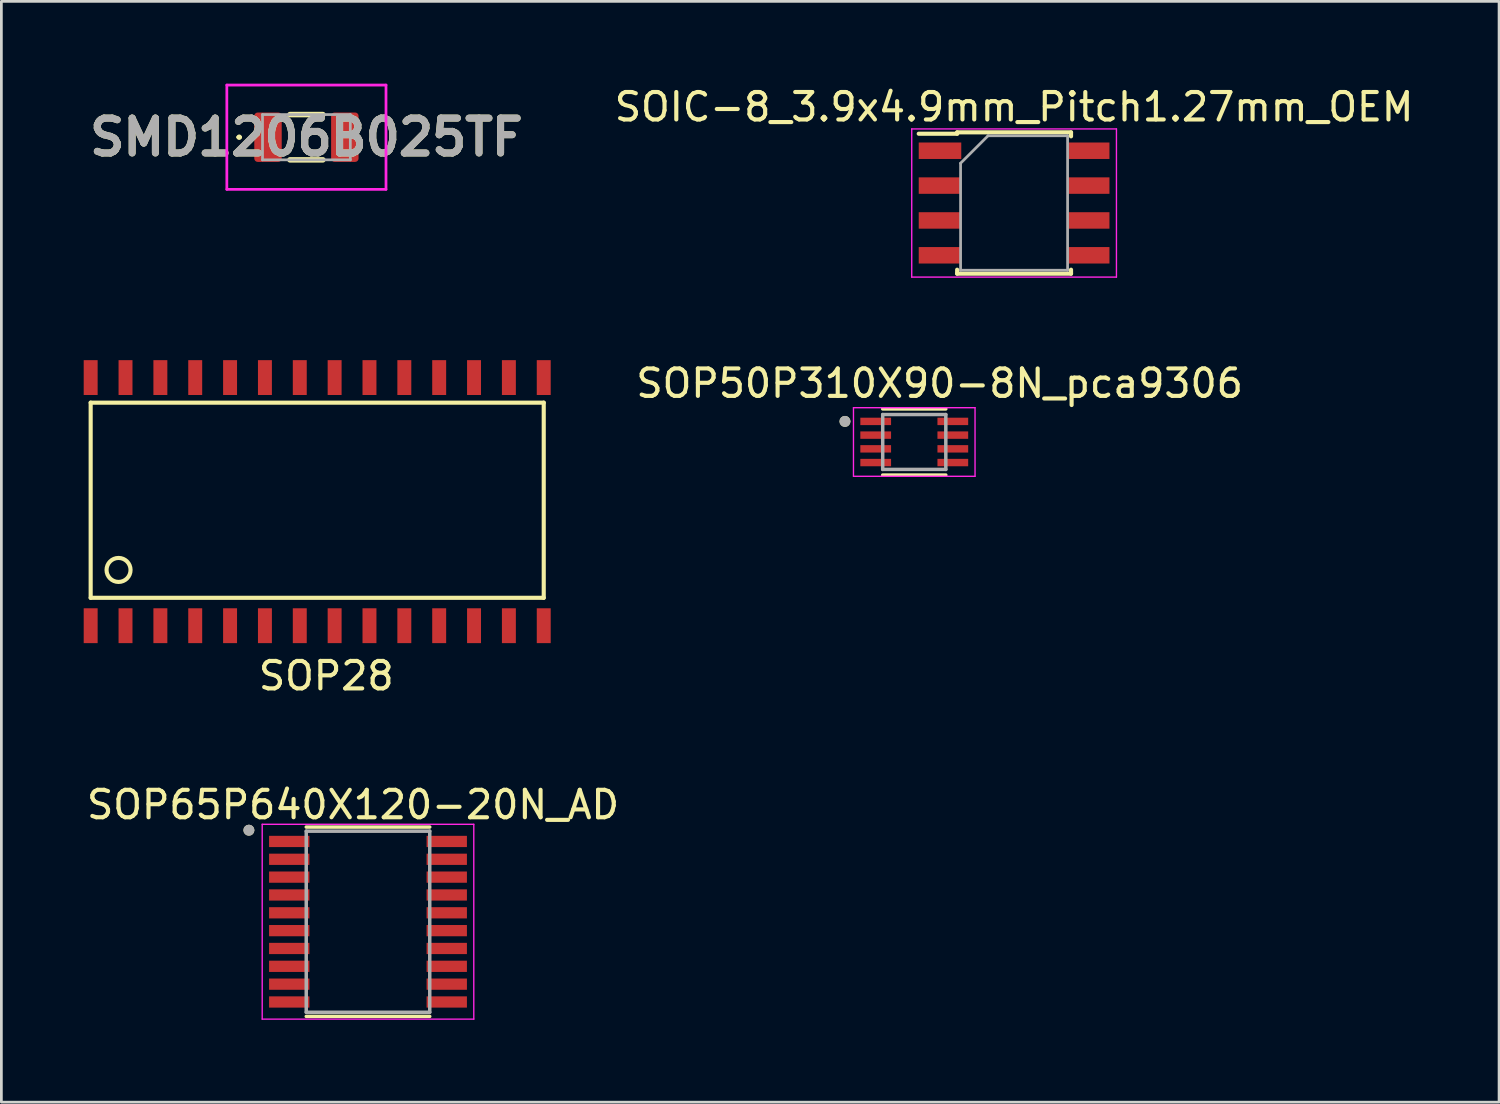
<source format=kicad_pcb>
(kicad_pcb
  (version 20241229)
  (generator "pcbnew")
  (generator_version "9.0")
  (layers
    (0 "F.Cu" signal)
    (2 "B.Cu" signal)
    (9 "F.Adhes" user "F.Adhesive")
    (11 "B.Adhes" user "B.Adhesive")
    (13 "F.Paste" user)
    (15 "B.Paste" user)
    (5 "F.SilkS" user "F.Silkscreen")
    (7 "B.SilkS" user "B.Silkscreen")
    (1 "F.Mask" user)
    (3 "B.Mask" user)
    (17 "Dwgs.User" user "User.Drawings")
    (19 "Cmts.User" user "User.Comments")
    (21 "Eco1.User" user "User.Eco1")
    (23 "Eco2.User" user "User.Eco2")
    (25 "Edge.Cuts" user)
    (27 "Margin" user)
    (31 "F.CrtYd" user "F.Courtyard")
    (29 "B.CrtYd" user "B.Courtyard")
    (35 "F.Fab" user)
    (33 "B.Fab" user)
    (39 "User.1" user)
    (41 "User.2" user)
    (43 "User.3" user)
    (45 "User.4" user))
  (footprint "SOP50P310X90-8N_pca9306"
    (layer "F.Cu")
    (at 30.266 13.056)
    (property "Reference" "SOP50P310X90-8N_pca9306" (at 0.925 -2.135 0) (layer "F.SilkS") (effects (font (size 1 1) (thickness 0.15))))
    (attr through_hole)
    (fp_line (start -1.15 -1.205) (end 1.15 -1.205) (stroke (width 0.127) (type solid)) (layer "F.SilkS"))
    (fp_line (start -1.15 1.205) (end 1.15 1.205) (stroke (width 0.127) (type solid)) (layer "F.SilkS"))
    (fp_circle (center -2.525 -0.75) (end -2.425 -0.75) (stroke (width 0.2) (type solid)) (fill no) (layer "F.SilkS"))
    (fp_line (start -2.215 -1.25) (end -2.215 1.25) (stroke (width 0.05) (type solid)) (layer "F.CrtYd"))
    (fp_line (start -2.215 -1.25) (end 2.215 -1.25) (stroke (width 0.05) (type solid)) (layer "F.CrtYd"))
    (fp_line (start -2.215 1.25) (end 2.215 1.25) (stroke (width 0.05) (type solid)) (layer "F.CrtYd"))
    (fp_line (start 2.215 -1.25) (end 2.215 1.25) (stroke (width 0.05) (type solid)) (layer "F.CrtYd"))
    (fp_line (start -1.15 -1) (end -1.15 1) (stroke (width 0.127) (type solid)) (layer "F.Fab"))
    (fp_line (start -1.15 -1) (end 1.15 -1) (stroke (width 0.127) (type solid)) (layer "F.Fab"))
    (fp_line (start -1.15 1) (end 1.15 1) (stroke (width 0.127) (type solid)) (layer "F.Fab"))
    (fp_line (start 1.15 -1) (end 1.15 1) (stroke (width 0.127) (type solid)) (layer "F.Fab"))
    (fp_circle (center -2.525 -0.75) (end -2.425 -0.75) (stroke (width 0.2) (type solid)) (fill no) (layer "F.Fab"))
    (pad "1" smd rect (at -1.405 -0.75) (size 1.12 0.27) (layers "F.Cu" "F.Mask" "F.Paste"))
    (pad "2" smd rect (at -1.405 -0.25) (size 1.12 0.27) (layers "F.Cu" "F.Mask" "F.Paste"))
    (pad "3" smd rect (at -1.405 0.25) (size 1.12 0.27) (layers "F.Cu" "F.Mask" "F.Paste"))
    (pad "4" smd rect (at -1.405 0.75) (size 1.12 0.27) (layers "F.Cu" "F.Mask" "F.Paste"))
    (pad "5" smd rect (at 1.405 0.75) (size 1.12 0.27) (layers "F.Cu" "F.Mask" "F.Paste"))
    (pad "6" smd rect (at 1.405 0.25) (size 1.12 0.27) (layers "F.Cu" "F.Mask" "F.Paste"))
    (pad "7" smd rect (at 1.405 -0.25) (size 1.12 0.27) (layers "F.Cu" "F.Mask" "F.Paste"))
    (pad "8" smd rect (at 1.405 -0.75) (size 1.12 0.27) (layers "F.Cu" "F.Mask" "F.Paste")))
  (footprint "SMD1206B025TF"
    (layer "F.Cu")
    (at 8.116 1.95)
    (property "Reference" "SMD1206B025TF" (at 0 0 0) (layer "F.SilkS") (effects (font (size 1.27 1.27) (thickness 0.254))))
    (attr smd)
    (fp_line (start -2.5 0) (end -2.5 0) (stroke (width 0.1) (type solid)) (layer "F.SilkS"))
    (fp_line (start -2.4 0) (end -2.4 0) (stroke (width 0.1) (type solid)) (layer "F.SilkS"))
    (fp_line (start -0.6 -0.825) (end 0.6 -0.825) (stroke (width 0.2) (type solid)) (layer "F.SilkS"))
    (fp_line (start -0.6 0.825) (end 0.6 0.825) (stroke (width 0.2) (type solid)) (layer "F.SilkS"))
    (fp_arc (start -2.5 0) (mid -2.45 -0.05) (end -2.4 0) (stroke (width 0.1) (type solid)) (layer "F.SilkS"))
    (fp_arc (start -2.4 0) (mid -2.45 0.05) (end -2.5 0) (stroke (width 0.1) (type solid)) (layer "F.SilkS"))
    (fp_line (start -2.9 -1.9) (end 2.9 -1.9) (stroke (width 0.1) (type solid)) (layer "F.CrtYd"))
    (fp_line (start -2.9 1.9) (end -2.9 -1.9) (stroke (width 0.1) (type solid)) (layer "F.CrtYd"))
    (fp_line (start 2.9 -1.9) (end 2.9 1.9) (stroke (width 0.1) (type solid)) (layer "F.CrtYd"))
    (fp_line (start 2.9 1.9) (end -2.9 1.9) (stroke (width 0.1) (type solid)) (layer "F.CrtYd"))
    (fp_line (start -1.6 -0.825) (end -1.6 0.825) (stroke (width 0.1) (type solid)) (layer "F.Fab"))
    (fp_line (start -1.6 0.825) (end 1.6 0.825) (stroke (width 0.1) (type solid)) (layer "F.Fab"))
    (fp_line (start 1.6 -0.825) (end -1.6 -0.825) (stroke (width 0.1) (type solid)) (layer "F.Fab"))
    (fp_line (start 1.6 0.825) (end 1.6 -0.825) (stroke (width 0.1) (type solid)) (layer "F.Fab"))
    (fp_text user "${REFERENCE}" (at 0 0 0) (layer "F.Fab") (effects (font (size 1.27 1.27) (thickness 0.254))))
    (pad "1" smd roundrect (at -1.4 0) (size 1 1.8) (layers "F.Cu" "F.Mask" "F.Paste") (roundrect_rratio 0.125))
    (pad "2" smd roundrect (at 1.4 0) (size 1 1.8) (layers "F.Cu" "F.Mask" "F.Paste") (roundrect_rratio 0.125)))
  (footprint "SOP28"
    (layer "F.Cu")
    (at 0.254 19.751)
    (property "Reference" "SOP28" (at 8.585 1.829 0) (layer "F.SilkS") (effects (font (size 1 1) (thickness 0.15))))
    (attr through_hole)
    (fp_line (start 0 -8.128) (end 16.51 -8.128) (stroke (width 0.15) (type solid)) (layer "F.SilkS"))
    (fp_line (start 0 -1.016) (end 0 -8.128) (stroke (width 0.15) (type solid)) (layer "F.SilkS"))
    (fp_line (start 16.51 -8.128) (end 16.51 -1.016) (stroke (width 0.15) (type solid)) (layer "F.SilkS"))
    (fp_line (start 16.51 -1.016) (end 0 -1.016) (stroke (width 0.15) (type solid)) (layer "F.SilkS"))
    (fp_circle (center 1.016 -2.032) (end 1.27 -2.388) (stroke (width 0.15) (type solid)) (fill no) (layer "F.SilkS"))
    (pad "1" smd rect (at 0 0) (size 0.508 1.27) (layers "F.Cu" "F.Mask" "F.Paste"))
    (pad "2" smd rect (at 1.27 0) (size 0.508 1.27) (layers "F.Cu" "F.Mask" "F.Paste"))
    (pad "3" smd rect (at 2.54 0) (size 0.508 1.27) (layers "F.Cu" "F.Mask" "F.Paste"))
    (pad "4" smd rect (at 3.81 0) (size 0.508 1.27) (layers "F.Cu" "F.Mask" "F.Paste"))
    (pad "5" smd rect (at 5.08 0) (size 0.508 1.27) (layers "F.Cu" "F.Mask" "F.Paste"))
    (pad "6" smd rect (at 6.35 0) (size 0.508 1.27) (layers "F.Cu" "F.Mask" "F.Paste"))
    (pad "7" smd rect (at 7.62 0) (size 0.508 1.27) (layers "F.Cu" "F.Mask" "F.Paste"))
    (pad "8" smd rect (at 8.89 0) (size 0.508 1.27) (layers "F.Cu" "F.Mask" "F.Paste"))
    (pad "9" smd rect (at 10.16 0) (size 0.508 1.27) (layers "F.Cu" "F.Mask" "F.Paste"))
    (pad "10" smd rect (at 11.43 0) (size 0.508 1.27) (layers "F.Cu" "F.Mask" "F.Paste"))
    (pad "11" smd rect (at 12.7 0) (size 0.508 1.27) (layers "F.Cu" "F.Mask" "F.Paste"))
    (pad "12" smd rect (at 13.97 0) (size 0.508 1.27) (layers "F.Cu" "F.Mask" "F.Paste"))
    (pad "13" smd rect (at 15.24 0) (size 0.508 1.27) (layers "F.Cu" "F.Mask" "F.Paste"))
    (pad "14" smd rect (at 16.51 0) (size 0.508 1.27) (layers "F.Cu" "F.Mask" "F.Paste"))
    (pad "15" smd rect (at 16.51 -9.042) (size 0.508 1.27) (layers "F.Cu" "F.Mask" "F.Paste"))
    (pad "16" smd rect (at 15.24 -9.042) (size 0.508 1.27) (layers "F.Cu" "F.Mask" "F.Paste"))
    (pad "17" smd rect (at 13.97 -9.042) (size 0.508 1.27) (layers "F.Cu" "F.Mask" "F.Paste"))
    (pad "18" smd rect (at 12.7 -9.042) (size 0.508 1.27) (layers "F.Cu" "F.Mask" "F.Paste"))
    (pad "19" smd rect (at 11.43 -9.042) (size 0.508 1.27) (layers "F.Cu" "F.Mask" "F.Paste"))
    (pad "20" smd rect (at 10.16 -9.042) (size 0.508 1.27) (layers "F.Cu" "F.Mask" "F.Paste"))
    (pad "21" smd rect (at 8.89 -9.042) (size 0.508 1.27) (layers "F.Cu" "F.Mask" "F.Paste"))
    (pad "22" smd rect (at 7.62 -9.042) (size 0.508 1.27) (layers "F.Cu" "F.Mask" "F.Paste"))
    (pad "23" smd rect (at 6.35 -9.042) (size 0.508 1.27) (layers "F.Cu" "F.Mask" "F.Paste"))
    (pad "24" smd rect (at 5.08 -9.042) (size 0.508 1.27) (layers "F.Cu" "F.Mask" "F.Paste"))
    (pad "25" smd rect (at 3.81 -9.042) (size 0.508 1.27) (layers "F.Cu" "F.Mask" "F.Paste"))
    (pad "26" smd rect (at 2.54 -9.042) (size 0.508 1.27) (layers "F.Cu" "F.Mask" "F.Paste"))
    (pad "27" smd rect (at 1.27 -9.042) (size 0.508 1.27) (layers "F.Cu" "F.Mask" "F.Paste"))
    (pad "28" smd rect (at 0 -9.042) (size 0.508 1.27) (layers "F.Cu" "F.Mask" "F.Paste")))
  (footprint "SOIC-8_3.9x4.9mm_Pitch1.27mm_OEM"
    (layer "F.Cu")
    (at 33.904 4.348)
    (property "Reference" "SOIC-8_3.9x4.9mm_Pitch1.27mm_OEM" (at 0 -3.5 0) (layer "F.SilkS") (effects (font (size 1 1) (thickness 0.15))))
    (attr smd)
    (fp_line (start -2.075 -2.575) (end -2.075 -2.525) (stroke (width 0.15) (type solid)) (layer "F.SilkS"))
    (fp_line (start -2.075 -2.575) (end 2.075 -2.575) (stroke (width 0.15) (type solid)) (layer "F.SilkS"))
    (fp_line (start -2.075 -2.525) (end -3.475 -2.525) (stroke (width 0.15) (type solid)) (layer "F.SilkS"))
    (fp_line (start -2.075 2.575) (end -2.075 2.43) (stroke (width 0.15) (type solid)) (layer "F.SilkS"))
    (fp_line (start -2.075 2.575) (end 2.075 2.575) (stroke (width 0.15) (type solid)) (layer "F.SilkS"))
    (fp_line (start 2.075 -2.575) (end 2.075 -2.43) (stroke (width 0.15) (type solid)) (layer "F.SilkS"))
    (fp_line (start 2.075 2.575) (end 2.075 2.43) (stroke (width 0.15) (type solid)) (layer "F.SilkS"))
    (fp_line (start -3.73 -2.7) (end -3.73 2.7) (stroke (width 0.05) (type solid)) (layer "F.CrtYd"))
    (fp_line (start -3.73 -2.7) (end 3.73 -2.7) (stroke (width 0.05) (type solid)) (layer "F.CrtYd"))
    (fp_line (start -3.73 2.7) (end 3.73 2.7) (stroke (width 0.05) (type solid)) (layer "F.CrtYd"))
    (fp_line (start 3.73 -2.7) (end 3.73 2.7) (stroke (width 0.05) (type solid)) (layer "F.CrtYd"))
    (fp_line (start -1.95 -1.45) (end -0.95 -2.45) (stroke (width 0.1) (type solid)) (layer "F.Fab"))
    (fp_line (start -1.95 2.45) (end -1.95 -1.45) (stroke (width 0.1) (type solid)) (layer "F.Fab"))
    (fp_line (start -0.95 -2.45) (end 1.95 -2.45) (stroke (width 0.1) (type solid)) (layer "F.Fab"))
    (fp_line (start 1.95 -2.45) (end 1.95 2.45) (stroke (width 0.1) (type solid)) (layer "F.Fab"))
    (fp_line (start 1.95 2.45) (end -1.95 2.45) (stroke (width 0.1) (type solid)) (layer "F.Fab"))
    (pad "1" smd rect (at -2.7 -1.905) (size 1.55 0.6) (layers "F.Cu" "F.Mask" "F.Paste"))
    (pad "2" smd rect (at -2.7 -0.635) (size 1.55 0.6) (layers "F.Cu" "F.Mask" "F.Paste"))
    (pad "3" smd rect (at -2.7 0.635) (size 1.55 0.6) (layers "F.Cu" "F.Mask" "F.Paste"))
    (pad "4" smd rect (at -2.7 1.905) (size 1.55 0.6) (layers "F.Cu" "F.Mask" "F.Paste"))
    (pad "5" smd rect (at 2.7 1.905) (size 1.55 0.6) (layers "F.Cu" "F.Mask" "F.Paste"))
    (pad "6" smd rect (at 2.7 0.635) (size 1.55 0.6) (layers "F.Cu" "F.Mask" "F.Paste"))
    (pad "7" smd rect (at 2.7 -0.635) (size 1.55 0.6) (layers "F.Cu" "F.Mask" "F.Paste"))
    (pad "8" smd rect (at 2.7 -1.905) (size 1.55 0.6) (layers "F.Cu" "F.Mask" "F.Paste")))
  (footprint "SOP65P640X120-20N_AD"
    (layer "F.Cu")
    (at 10.36 30.538)
    (property "Reference" "SOP65P640X120-20N_AD" (at -0.545 -4.262 0) (layer "F.SilkS") (effects (font (size 1 1) (thickness 0.15))))
    (attr through_hole)
    (fp_line (start -2.25 -3.45) (end 2.25 -3.45) (stroke (width 0.127) (type solid)) (layer "F.SilkS"))
    (fp_line (start -2.25 3.45) (end 2.25 3.45) (stroke (width 0.127) (type solid)) (layer "F.SilkS"))
    (fp_circle (center -4.34 -3.335) (end -4.24 -3.335) (stroke (width 0.2) (type solid)) (fill no) (layer "F.SilkS"))
    (fp_line (start -3.855 -3.55) (end -3.855 3.55) (stroke (width 0.05) (type solid)) (layer "F.CrtYd"))
    (fp_line (start -3.855 -3.55) (end 3.855 -3.55) (stroke (width 0.05) (type solid)) (layer "F.CrtYd"))
    (fp_line (start -3.855 3.55) (end 3.855 3.55) (stroke (width 0.05) (type solid)) (layer "F.CrtYd"))
    (fp_line (start 3.855 -3.55) (end 3.855 3.55) (stroke (width 0.05) (type solid)) (layer "F.CrtYd"))
    (fp_line (start -2.25 -3.3) (end -2.25 3.3) (stroke (width 0.127) (type solid)) (layer "F.Fab"))
    (fp_line (start -2.25 -3.3) (end 2.25 -3.3) (stroke (width 0.127) (type solid)) (layer "F.Fab"))
    (fp_line (start -2.25 3.3) (end 2.25 3.3) (stroke (width 0.127) (type solid)) (layer "F.Fab"))
    (fp_line (start 2.25 -3.3) (end 2.25 3.3) (stroke (width 0.127) (type solid)) (layer "F.Fab"))
    (fp_circle (center -4.34 -3.335) (end -4.24 -3.335) (stroke (width 0.2) (type solid)) (fill no) (layer "F.Fab"))
    (pad "1" smd rect (at -2.87 -2.925) (size 1.47 0.41) (layers "F.Cu" "F.Mask" "F.Paste"))
    (pad "2" smd rect (at -2.87 -2.275) (size 1.47 0.41) (layers "F.Cu" "F.Mask" "F.Paste"))
    (pad "3" smd rect (at -2.87 -1.625) (size 1.47 0.41) (layers "F.Cu" "F.Mask" "F.Paste"))
    (pad "4" smd rect (at -2.87 -0.975) (size 1.47 0.41) (layers "F.Cu" "F.Mask" "F.Paste"))
    (pad "5" smd rect (at -2.87 -0.325) (size 1.47 0.41) (layers "F.Cu" "F.Mask" "F.Paste"))
    (pad "6" smd rect (at -2.87 0.325) (size 1.47 0.41) (layers "F.Cu" "F.Mask" "F.Paste"))
    (pad "7" smd rect (at -2.87 0.975) (size 1.47 0.41) (layers "F.Cu" "F.Mask" "F.Paste"))
    (pad "8" smd rect (at -2.87 1.625) (size 1.47 0.41) (layers "F.Cu" "F.Mask" "F.Paste"))
    (pad "9" smd rect (at -2.87 2.275) (size 1.47 0.41) (layers "F.Cu" "F.Mask" "F.Paste"))
    (pad "10" smd rect (at -2.87 2.925) (size 1.47 0.41) (layers "F.Cu" "F.Mask" "F.Paste"))
    (pad "11" smd rect (at 2.87 2.925) (size 1.47 0.41) (layers "F.Cu" "F.Mask" "F.Paste"))
    (pad "12" smd rect (at 2.87 2.275) (size 1.47 0.41) (layers "F.Cu" "F.Mask" "F.Paste"))
    (pad "13" smd rect (at 2.87 1.625) (size 1.47 0.41) (layers "F.Cu" "F.Mask" "F.Paste"))
    (pad "14" smd rect (at 2.87 0.975) (size 1.47 0.41) (layers "F.Cu" "F.Mask" "F.Paste"))
    (pad "15" smd rect (at 2.87 0.325) (size 1.47 0.41) (layers "F.Cu" "F.Mask" "F.Paste"))
    (pad "16" smd rect (at 2.87 -0.325) (size 1.47 0.41) (layers "F.Cu" "F.Mask" "F.Paste"))
    (pad "17" smd rect (at 2.87 -0.975) (size 1.47 0.41) (layers "F.Cu" "F.Mask" "F.Paste"))
    (pad "18" smd rect (at 2.87 -1.625) (size 1.47 0.41) (layers "F.Cu" "F.Mask" "F.Paste"))
    (pad "19" smd rect (at 2.87 -2.275) (size 1.47 0.41) (layers "F.Cu" "F.Mask" "F.Paste"))
    (pad "20" smd rect (at 2.87 -2.925) (size 1.47 0.41) (layers "F.Cu" "F.Mask" "F.Paste")))
  (gr_rect
    (start -3 -3)
    (end 51.577 37.113)
    (stroke (width 0.1) (type default))
    (fill no)
    (layer "Edge.Cuts")))
</source>
